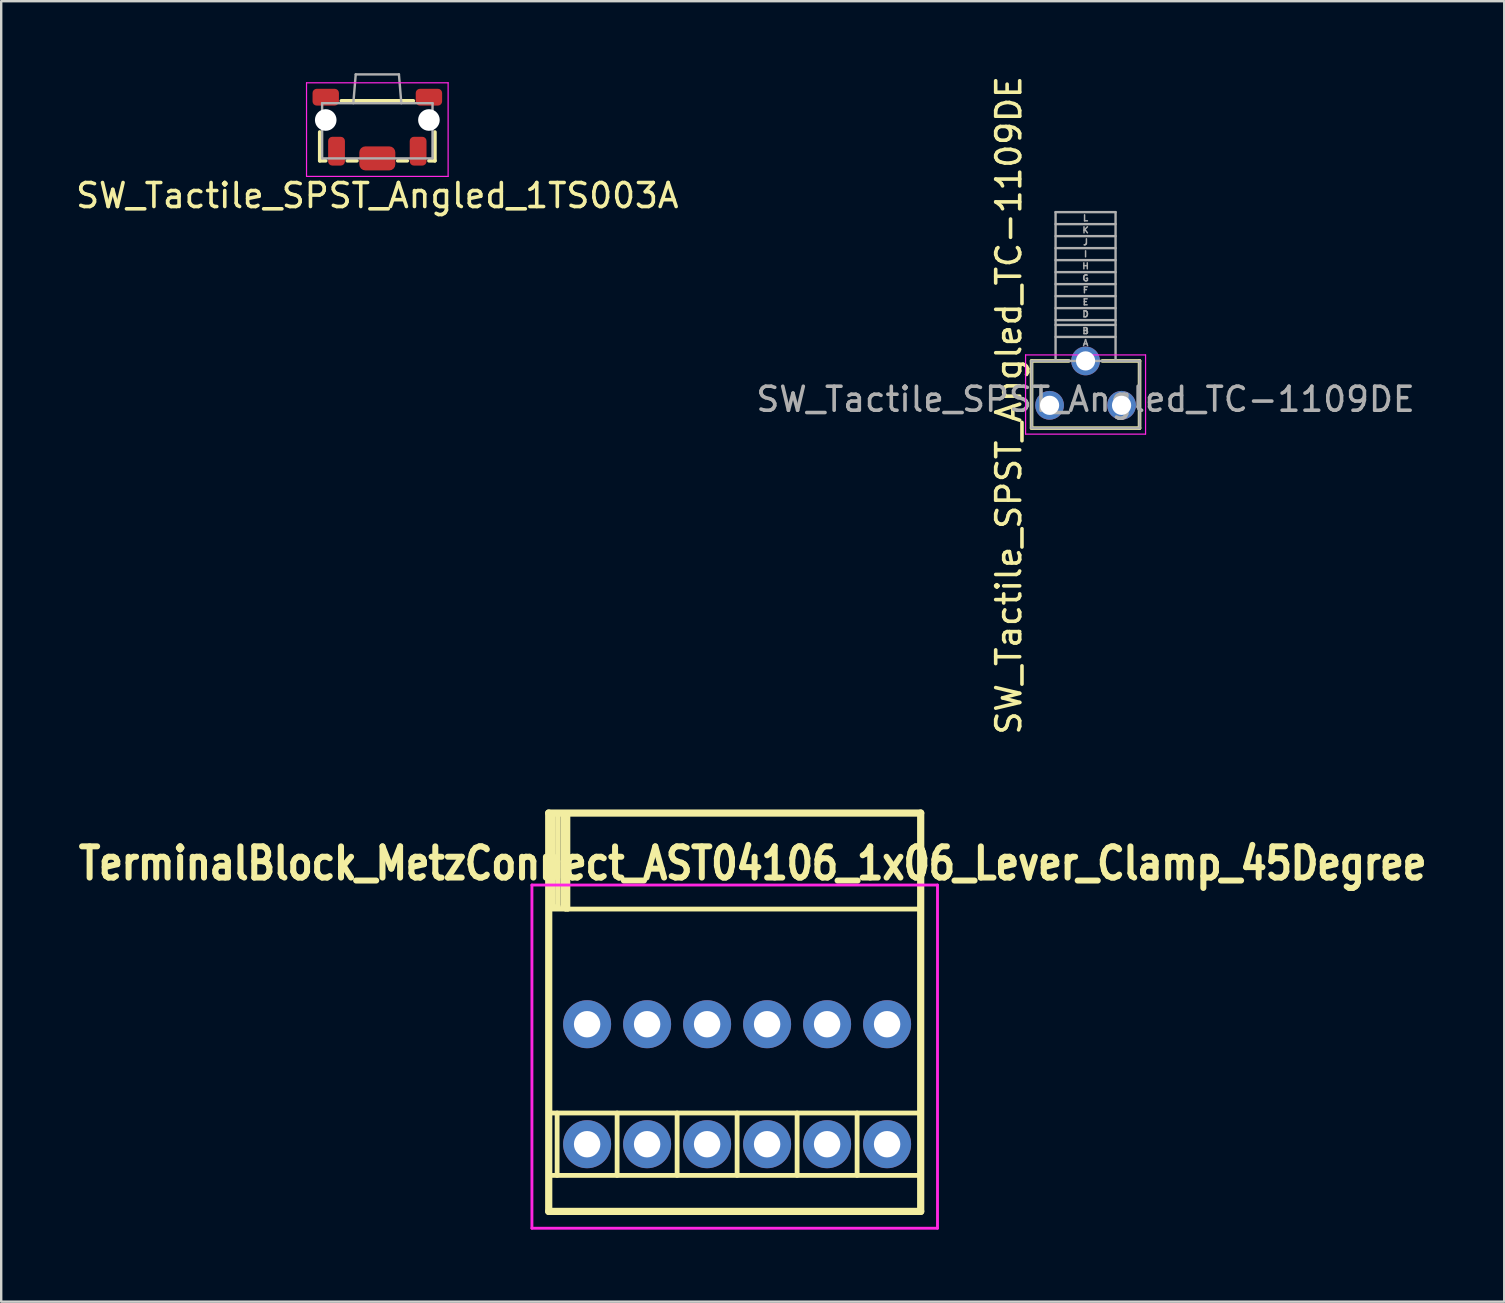
<source format=kicad_pcb>
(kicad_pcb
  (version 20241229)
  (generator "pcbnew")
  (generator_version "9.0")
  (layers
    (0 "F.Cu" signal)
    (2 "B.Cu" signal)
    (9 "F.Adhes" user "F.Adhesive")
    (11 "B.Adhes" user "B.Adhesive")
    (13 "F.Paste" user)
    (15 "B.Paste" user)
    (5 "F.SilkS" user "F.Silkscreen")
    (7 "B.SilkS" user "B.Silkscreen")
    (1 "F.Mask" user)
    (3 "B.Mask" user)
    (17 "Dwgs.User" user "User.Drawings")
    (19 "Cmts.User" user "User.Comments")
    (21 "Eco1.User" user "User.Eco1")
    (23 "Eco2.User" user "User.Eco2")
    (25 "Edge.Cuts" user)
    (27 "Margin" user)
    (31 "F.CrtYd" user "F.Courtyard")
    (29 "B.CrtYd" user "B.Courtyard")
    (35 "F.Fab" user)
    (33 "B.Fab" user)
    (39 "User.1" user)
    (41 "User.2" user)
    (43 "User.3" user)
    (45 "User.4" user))
  (footprint "SW_Tactile_SPST_Angled_TC-1109DE"
    (layer "F.Cu")
    (at 42.185 13.839)
    (property "Reference" "SW_Tactile_SPST_Angled_TC-1109DE" (at -3.2 0 270) (layer "F.SilkS") (effects (font (size 1 1) (thickness 0.15))))
    (attr smd)
    (fp_line (start -2.25 -1.85) (end -2.25 0.95) (stroke (width 0.15) (type solid)) (layer "F.SilkS"))
    (fp_line (start -2.25 -1.85) (end -0.7 -1.85) (stroke (width 0.15) (type solid)) (layer "F.SilkS"))
    (fp_line (start 0.7 -1.85) (end 2.25 -1.85) (stroke (width 0.15) (type solid)) (layer "F.SilkS"))
    (fp_line (start 2.25 -1.85) (end 2.25 0.95) (stroke (width 0.15) (type solid)) (layer "F.SilkS"))
    (fp_line (start 2.25 0.95) (end -2.25 0.95) (stroke (width 0.15) (type solid)) (layer "F.SilkS"))
    (fp_line (start -2.5 -2.1) (end 2.5 -2.1) (stroke (width 0.05) (type solid)) (layer "F.CrtYd"))
    (fp_line (start -2.5 1.2) (end -2.5 -2.1) (stroke (width 0.05) (type solid)) (layer "F.CrtYd"))
    (fp_line (start 2.5 -2.1) (end 2.5 1.2) (stroke (width 0.05) (type solid)) (layer "F.CrtYd"))
    (fp_line (start 2.5 1.2) (end -2.5 1.2) (stroke (width 0.05) (type solid)) (layer "F.CrtYd"))
    (fp_line (start -2.25 -1.85) (end -2.25 0.95) (stroke (width 0.1) (type solid)) (layer "F.Fab"))
    (fp_line (start -2.25 -1.85) (end 2.25 -1.85) (stroke (width 0.1) (type solid)) (layer "F.Fab"))
    (fp_line (start -2.25 0.95) (end 2.25 0.95) (stroke (width 0.1) (type solid)) (layer "F.Fab"))
    (fp_line (start -1.25 -8.05) (end -1.25 -1.85) (stroke (width 0.1) (type solid)) (layer "F.Fab"))
    (fp_line (start -1.25 -8.05) (end 1.25 -8.05) (stroke (width 0.1) (type solid)) (layer "F.Fab"))
    (fp_line (start -1.25 -7.55) (end 1.25 -7.55) (stroke (width 0.1) (type solid)) (layer "F.Fab"))
    (fp_line (start -1.25 -7.05) (end 1.25 -7.05) (stroke (width 0.1) (type solid)) (layer "F.Fab"))
    (fp_line (start -1.25 -6.55) (end 1.25 -6.55) (stroke (width 0.1) (type solid)) (layer "F.Fab"))
    (fp_line (start -1.25 -6.05) (end 1.25 -6.05) (stroke (width 0.1) (type solid)) (layer "F.Fab"))
    (fp_line (start -1.25 -5.55) (end 1.25 -5.55) (stroke (width 0.1) (type solid)) (layer "F.Fab"))
    (fp_line (start -1.25 -5.05) (end 1.25 -5.05) (stroke (width 0.1) (type solid)) (layer "F.Fab"))
    (fp_line (start -1.25 -4.55) (end 1.25 -4.55) (stroke (width 0.1) (type solid)) (layer "F.Fab"))
    (fp_line (start -1.25 -4.05) (end 1.25 -4.05) (stroke (width 0.1) (type solid)) (layer "F.Fab"))
    (fp_line (start -1.25 -3.55) (end 1.25 -3.55) (stroke (width 0.1) (type solid)) (layer "F.Fab"))
    (fp_line (start -1.25 -3.35) (end 1.25 -3.35) (stroke (width 0.1) (type solid)) (layer "F.Fab"))
    (fp_line (start -1.25 -2.85) (end 1.25 -2.85) (stroke (width 0.1) (type solid)) (layer "F.Fab"))
    (fp_line (start 1.25 -8.05) (end 1.25 -1.85) (stroke (width 0.1) (type solid)) (layer "F.Fab"))
    (fp_line (start 2.25 0.95) (end 2.25 -1.85) (stroke (width 0.1) (type solid)) (layer "F.Fab"))
    (fp_text user "I" (at 0 -6.3 0) (layer "F.Fab") (effects (font (size 0.25 0.25) (thickness 0.062))))
    (fp_text user "G" (at 0 -5.3 0) (layer "F.Fab") (effects (font (size 0.25 0.25) (thickness 0.062))))
    (fp_text user "A" (at 0 -2.6 0) (layer "F.Fab") (effects (font (size 0.25 0.25) (thickness 0.062))))
    (fp_text user "K" (at 0 -7.3 0) (layer "F.Fab") (effects (font (size 0.25 0.25) (thickness 0.062))))
    (fp_text user "E" (at 0 -4.3 0) (layer "F.Fab") (effects (font (size 0.25 0.25) (thickness 0.062))))
    (fp_text user "J" (at 0 -6.8 0) (layer "F.Fab") (effects (font (size 0.25 0.25) (thickness 0.062))))
    (fp_text user "F" (at 0 -4.8 0) (layer "F.Fab") (effects (font (size 0.25 0.25) (thickness 0.062))))
    (fp_text user "D" (at 0 -3.8 0) (layer "F.Fab") (effects (font (size 0.25 0.25) (thickness 0.062))))
    (fp_text user "B" (at 0 -3.1 0) (layer "F.Fab") (effects (font (size 0.25 0.25) (thickness 0.062))))
    (fp_text user "H" (at 0 -5.8 0) (layer "F.Fab") (effects (font (size 0.25 0.25) (thickness 0.062))))
    (fp_text user "${REFERENCE}" (at 0 -0.25 0) (layer "F.Fab") (effects (font (size 1 1) (thickness 0.15))))
    (fp_text user "L" (at 0 -7.8 0) (layer "F.Fab") (effects (font (size 0.25 0.25) (thickness 0.062))))
    (pad "1" thru_hole circle (at -1.5 0) (size 1.2 1.2) (drill 0.8) (layers "*.Cu" "*.Mask"))
    (pad "2" thru_hole circle (at 1.5 0) (size 1.2 1.2) (drill 0.8) (layers "*.Cu" "*.Mask"))
    (pad "3" thru_hole circle (at 0 -1.85) (size 1.2 1.2) (drill 0.8) (layers "*.Cu" "*.Mask")))
  (footprint "SW_Tactile_SPST_Angled_1TS003A"
    (layer "F.Cu")
    (at 12.673 1.95)
    (property "Reference" "SW_Tactile_SPST_Angled_1TS003A" (at 0 3.15 0) (layer "F.SilkS") (effects (font (size 1 1) (thickness 0.15))))
    (attr through_hole)
    (fp_line (start -2.4 0.5) (end -2.4 1.7) (stroke (width 0.15) (type solid)) (layer "F.SilkS"))
    (fp_line (start -2.4 1.7) (end -2.15 1.7) (stroke (width 0.15) (type solid)) (layer "F.SilkS"))
    (fp_line (start -1.5 -0.8) (end 1.5 -0.8) (stroke (width 0.15) (type solid)) (layer "F.SilkS"))
    (fp_line (start -1.25 1.7) (end -0.85 1.7) (stroke (width 0.15) (type solid)) (layer "F.SilkS"))
    (fp_line (start 0.85 1.7) (end 1.25 1.7) (stroke (width 0.15) (type solid)) (layer "F.SilkS"))
    (fp_line (start 2.4 0.5) (end 2.4 1.7) (stroke (width 0.15) (type solid)) (layer "F.SilkS"))
    (fp_line (start 2.4 1.7) (end 2.15 1.7) (stroke (width 0.15) (type solid)) (layer "F.SilkS"))
    (fp_line (start -2.95 -1.55) (end 2.95 -1.55) (stroke (width 0.05) (type solid)) (layer "F.CrtYd"))
    (fp_line (start -2.95 2.35) (end -2.95 -1.55) (stroke (width 0.05) (type solid)) (layer "F.CrtYd"))
    (fp_line (start 2.95 -1.55) (end 2.95 2.35) (stroke (width 0.05) (type solid)) (layer "F.CrtYd"))
    (fp_line (start 2.95 2.35) (end -2.95 2.35) (stroke (width 0.05) (type solid)) (layer "F.CrtYd"))
    (fp_line (start -2.3 -0.7) (end -2.3 1.6) (stroke (width 0.1) (type solid)) (layer "F.Fab"))
    (fp_line (start -2.3 -0.7) (end 2.3 -0.7) (stroke (width 0.1) (type solid)) (layer "F.Fab"))
    (fp_line (start -2.3 1.6) (end 2.3 1.6) (stroke (width 0.1) (type solid)) (layer "F.Fab"))
    (fp_line (start -0.9 -1.9) (end -1 -0.7) (stroke (width 0.1) (type solid)) (layer "F.Fab"))
    (fp_line (start -0.9 -1.9) (end 0.9 -1.9) (stroke (width 0.1) (type solid)) (layer "F.Fab"))
    (fp_line (start 0.9 -1.9) (end 1 -0.7) (stroke (width 0.1) (type solid)) (layer "F.Fab"))
    (fp_line (start 2.3 1.6) (end 2.3 -0.7) (stroke (width 0.1) (type solid)) (layer "F.Fab"))
    (pad "" smd roundrect (at -2.15 -0.95) (size 1.1 0.7) (layers "F.Cu" "F.Mask" "F.Paste") (roundrect_rratio 0.25))
    (pad "" np_thru_hole circle (at -2.15 0) (size 0.9 0.9) (drill 0.9) (layers "*.Cu" "*.Mask"))
    (pad "" smd roundrect (at 0 1.6) (size 1.5 1) (layers "F.Cu" "F.Mask" "F.Paste") (roundrect_rratio 0.25))
    (pad "" smd roundrect (at 2.15 -0.95) (size 1.1 0.7) (layers "F.Cu" "F.Mask" "F.Paste") (roundrect_rratio 0.25))
    (pad "" np_thru_hole circle (at 2.15 0) (size 0.9 0.9) (drill 0.9) (layers "*.Cu" "*.Mask"))
    (pad "1" smd roundrect (at -1.7 1.3) (size 0.7 1.2) (layers "F.Cu" "F.Mask" "F.Paste") (roundrect_rratio 0.25))
    (pad "2" smd roundrect (at 1.7 1.3) (size 0.7 1.2) (layers "F.Cu" "F.Mask" "F.Paste") (roundrect_rratio 0.25)))
  (footprint "TerminalBlock_MetzConnect_AST04106_1x06_Lever_Clamp_45Degree"
    (layer "F.Cu")
    (at 21.415 44.629)
    (property "Reference" "TerminalBlock_MetzConnect_AST04106_1x06_Lever_Clamp_45Degree" (at 6.9 -11.7 0) (layer "F.SilkS") (effects (font (size 1.3 1.1) (thickness 0.25))))
    (attr through_hole)
    (fp_line (start -1.6 -13.8) (end 13.9 -13.8) (stroke (width 0.3) (type solid)) (layer "F.SilkS"))
    (fp_line (start -1.6 -9.8) (end 13.9 -9.8) (stroke (width 0.2) (type solid)) (layer "F.SilkS"))
    (fp_line (start -1.6 -1.3) (end 13.9 -1.3) (stroke (width 0.2) (type solid)) (layer "F.SilkS"))
    (fp_line (start -1.6 1.3) (end 13.9 1.3) (stroke (width 0.2) (type solid)) (layer "F.SilkS"))
    (fp_line (start -1.6 2.8) (end -1.6 -13.8) (stroke (width 0.3) (type solid)) (layer "F.SilkS"))
    (fp_line (start -1.4 -13.8) (end -1.4 -9.9) (stroke (width 0.2) (type solid)) (layer "F.SilkS"))
    (fp_line (start -1.4 -9.9) (end -1.2 -9.9) (stroke (width 0.2) (type solid)) (layer "F.SilkS"))
    (fp_line (start -1.25 -1.3) (end -1.25 1.3) (stroke (width 0.2) (type solid)) (layer "F.SilkS"))
    (fp_line (start -1.2 -13.8) (end -1 -13.8) (stroke (width 0.2) (type solid)) (layer "F.SilkS"))
    (fp_line (start -1.2 -9.9) (end -1.2 -13.8) (stroke (width 0.2) (type solid)) (layer "F.SilkS"))
    (fp_line (start -1 -13.8) (end -1 -9.9) (stroke (width 0.2) (type solid)) (layer "F.SilkS"))
    (fp_line (start -0.9 -13.8) (end -0.9 -9.8) (stroke (width 0.2) (type solid)) (layer "F.SilkS"))
    (fp_line (start -0.9 -9.8) (end -0.8 -9.8) (stroke (width 0.2) (type solid)) (layer "F.SilkS"))
    (fp_line (start -0.8 -9.8) (end -0.8 -13.8) (stroke (width 0.2) (type solid)) (layer "F.SilkS"))
    (fp_line (start 1.25 -1.3) (end 1.25 1.3) (stroke (width 0.2) (type solid)) (layer "F.SilkS"))
    (fp_line (start 3.75 -1.3) (end 3.75 1.3) (stroke (width 0.2) (type solid)) (layer "F.SilkS"))
    (fp_line (start 6.25 -1.3) (end 6.25 1.3) (stroke (width 0.2) (type solid)) (layer "F.SilkS"))
    (fp_line (start 8.75 -1.3) (end 8.75 1.3) (stroke (width 0.2) (type solid)) (layer "F.SilkS"))
    (fp_line (start 11.25 -1.3) (end 11.25 1.3) (stroke (width 0.2) (type solid)) (layer "F.SilkS"))
    (fp_line (start 13.9 2.8) (end -1.6 2.8) (stroke (width 0.3) (type solid)) (layer "F.SilkS"))
    (fp_line (start 13.9 2.8) (end 13.9 -13.8) (stroke (width 0.3) (type solid)) (layer "F.SilkS"))
    (fp_line (start -2.3 -10.8) (end 14.6 -10.8) (stroke (width 0.12) (type solid)) (layer "F.CrtYd"))
    (fp_line (start -2.3 3.5) (end -2.3 -10.8) (stroke (width 0.12) (type solid)) (layer "F.CrtYd"))
    (fp_line (start 14.6 -10.8) (end 14.6 3.5) (stroke (width 0.12) (type solid)) (layer "F.CrtYd"))
    (fp_line (start 14.6 3.5) (end -2.3 3.5) (stroke (width 0.12) (type solid)) (layer "F.CrtYd"))
    (pad "1" thru_hole circle (at 0 -5) (size 2 2) (drill 1.1) (layers "*.Cu" "*.Mask"))
    (pad "1" thru_hole circle (at 0 0) (size 2 2) (drill 1.1) (layers "*.Cu" "*.Mask"))
    (pad "2" thru_hole circle (at 2.5 -5) (size 2 2) (drill 1.1) (layers "*.Cu" "*.Mask"))
    (pad "2" thru_hole circle (at 2.5 0) (size 2 2) (drill 1.1) (layers "*.Cu" "*.Mask"))
    (pad "3" thru_hole circle (at 5 -5) (size 2 2) (drill 1.1) (layers "*.Cu" "*.Mask"))
    (pad "3" thru_hole circle (at 5 0) (size 2 2) (drill 1.1) (layers "*.Cu" "*.Mask"))
    (pad "4" thru_hole circle (at 7.5 -5) (size 2 2) (drill 1.1) (layers "*.Cu" "*.Mask"))
    (pad "4" thru_hole circle (at 7.5 0) (size 2 2) (drill 1.1) (layers "*.Cu" "*.Mask"))
    (pad "5" thru_hole circle (at 10 -5) (size 2 2) (drill 1.1) (layers "*.Cu" "*.Mask"))
    (pad "5" thru_hole circle (at 10 0) (size 2 2) (drill 1.1) (layers "*.Cu" "*.Mask"))
    (pad "6" thru_hole circle (at 12.5 -5) (size 2 2) (drill 1.1) (layers "*.Cu" "*.Mask"))
    (pad "6" thru_hole circle (at 12.5 0) (size 2 2) (drill 1.1) (layers "*.Cu" "*.Mask")))
  (gr_rect
    (start -3 -3)
    (end 59.63 51.189)
    (stroke (width 0.1) (type default))
    (fill no)
    (layer "Edge.Cuts")))
</source>
